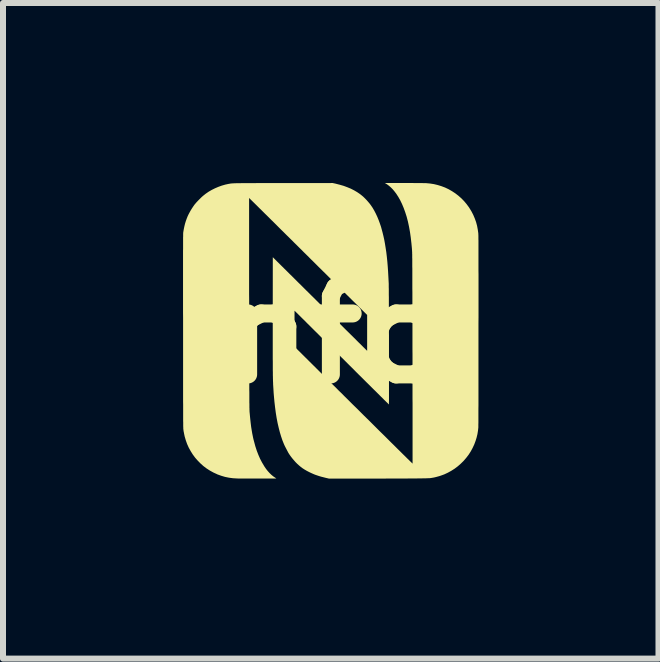
<source format=kicad_pcb>
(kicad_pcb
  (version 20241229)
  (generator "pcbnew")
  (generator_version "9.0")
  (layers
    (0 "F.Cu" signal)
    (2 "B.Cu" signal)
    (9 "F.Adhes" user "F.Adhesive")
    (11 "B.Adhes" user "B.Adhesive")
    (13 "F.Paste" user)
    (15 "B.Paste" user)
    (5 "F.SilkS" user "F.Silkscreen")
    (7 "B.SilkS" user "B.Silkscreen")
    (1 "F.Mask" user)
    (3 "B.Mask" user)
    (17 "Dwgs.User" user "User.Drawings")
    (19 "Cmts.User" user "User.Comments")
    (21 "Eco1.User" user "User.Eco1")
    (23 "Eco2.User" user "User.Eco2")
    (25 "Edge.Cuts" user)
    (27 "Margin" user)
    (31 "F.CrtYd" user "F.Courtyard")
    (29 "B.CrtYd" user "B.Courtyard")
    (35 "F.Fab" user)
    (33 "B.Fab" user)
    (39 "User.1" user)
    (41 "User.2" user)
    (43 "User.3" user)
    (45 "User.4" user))
  (footprint "nfc"
    (layer "F.Cu")
    (at 2.5 2.5)
    (property "Reference" "nfc" (at 0 0 0) (layer "F.SilkS") (effects (font (size 1.524 1.524) (thickness 0.3))))
    (attr board_only exclude_from_pos_files exclude_from_bom)
    (fp_poly (pts (xy 0.04 -2.49) (xy 0.11 -2.472) (xy 0.176 -2.453) (xy 0.238 -2.43) (xy 0.296 -2.406) (xy 0.351 -2.378) (xy 0.402 -2.348) (xy 0.449 -2.316) (xy 0.472 -2.298) (xy 0.501 -2.274) (xy 0.53 -2.246) (xy 0.559 -2.216) (xy 0.587 -2.184) (xy 0.613 -2.153) (xy 0.63 -2.13) (xy 0.658 -2.089) (xy 0.685 -2.043) (xy 0.711 -1.993) (xy 0.736 -1.94) (xy 0.759 -1.884) (xy 0.78 -1.827) (xy 0.8 -1.768) (xy 0.808 -1.738) (xy 0.824 -1.679) (xy 0.839 -1.618) (xy 0.853 -1.555) (xy 0.865 -1.489) (xy 0.876 -1.42) (xy 0.887 -1.349) (xy 0.896 -1.273) (xy 0.904 -1.195) (xy 0.911 -1.112) (xy 0.917 -1.025) (xy 0.922 -0.934) (xy 0.927 -0.839) (xy 0.928 -0.821) (xy 0.928 -0.813) (xy 0.928 -0.8) (xy 0.928 -0.782) (xy 0.928 -0.761) (xy 0.929 -0.736) (xy 0.929 -0.707) (xy 0.929 -0.674) (xy 0.929 -0.638) (xy 0.93 -0.599) (xy 0.93 -0.557) (xy 0.93 -0.512) (xy 0.93 -0.465) (xy 0.93 -0.416) (xy 0.93 -0.364) (xy 0.931 -0.31) (xy 0.931 -0.255) (xy 0.931 -0.199) (xy 0.931 -0.141) (xy 0.931 -0.082) (xy 0.931 -0.022) (xy 0.932 0.039) (xy 0.932 0.1) (xy 0.932 0.161) (xy 0.932 0.223) (xy 0.932 0.284) (xy 0.932 0.345) (xy 0.932 0.406) (xy 0.932 0.465) (xy 0.932 0.524) (xy 0.932 0.582) (xy 0.932 0.638) (xy 0.932 0.692) (xy 0.932 0.745) (xy 0.932 0.796) (xy 0.932 0.845) (xy 0.932 0.892) (xy 0.932 0.935) (xy 0.932 0.976) (xy 0.932 1.015) (xy 0.932 1.049) (xy 0.932 1.081) (xy 0.932 1.109) (xy 0.932 1.133) (xy 0.931 1.153) (xy 0.931 1.169) (xy 0.931 1.181) (xy 0.931 1.188) (xy 0.931 1.19) (xy 0.929 1.188) (xy 0.923 1.183) (xy 0.915 1.174) (xy 0.903 1.162) (xy 0.888 1.148) (xy 0.87 1.13) (xy 0.849 1.11) (xy 0.826 1.086) (xy 0.8 1.061) (xy 0.772 1.033) (xy 0.741 1.002) (xy 0.708 0.969) (xy 0.673 0.935) (xy 0.636 0.898) (xy 0.597 0.859) (xy 0.556 0.819) (xy 0.514 0.777) (xy 0.47 0.733) (xy 0.425 0.689) (xy 0.379 0.643) (xy 0.332 0.595) (xy 0.283 0.547) (xy 0.237 0.501) (xy 0.187 0.451) (xy 0.137 0.402) (xy 0.088 0.353) (xy 0.039 0.304) (xy -0.008 0.257) (xy -0.055 0.211) (xy -0.1 0.166) (xy -0.144 0.122) (xy -0.187 0.079) (xy -0.228 0.038) (xy -0.267 -0.001) (xy -0.305 -0.038) (xy -0.34 -0.073) (xy -0.373 -0.106) (xy -0.404 -0.137) (xy -0.433 -0.165) (xy -0.458 -0.191) (xy -0.481 -0.214) (xy -0.502 -0.234) (xy -0.519 -0.251) (xy -0.533 -0.265) (xy -0.543 -0.275) (xy -0.548 -0.28) (xy -0.642 -0.373) (xy -0.642 0.227) (xy -0.226 0.64) (xy -0.183 0.683) (xy -0.138 0.727) (xy -0.092 0.772) (xy -0.045 0.819) (xy 0.002 0.866) (xy 0.05 0.913) (xy 0.097 0.961) (xy 0.145 1.007) (xy 0.191 1.054) (xy 0.237 1.099) (xy 0.281 1.143) (xy 0.323 1.185) (xy 0.364 1.225) (xy 0.402 1.262) (xy 0.437 1.297) (xy 0.469 1.329) (xy 0.48 1.34) (xy 0.521 1.381) (xy 0.563 1.422) (xy 0.605 1.463) (xy 0.647 1.505) (xy 0.689 1.547) (xy 0.731 1.589) (xy 0.773 1.631) (xy 0.815 1.672) (xy 0.856 1.712) (xy 0.896 1.752) (xy 0.935 1.791) (xy 0.973 1.829) (xy 1.01 1.865) (xy 1.045 1.9) (xy 1.079 1.934) (xy 1.111 1.965) (xy 1.141 1.995) (xy 1.169 2.023) (xy 1.195 2.048) (xy 1.218 2.071) (xy 1.239 2.092) (xy 1.257 2.109) (xy 1.272 2.124) (xy 1.284 2.136) (xy 1.292 2.144) (xy 1.296 2.147) (xy 1.325 2.176) (xy 1.325 1.53) (xy 1.325 1.481) (xy 1.325 1.427) (xy 1.325 1.368) (xy 1.325 1.306) (xy 1.325 1.24) (xy 1.325 1.17) (xy 1.324 1.098) (xy 1.324 1.022) (xy 1.324 0.944) (xy 1.324 0.864) (xy 1.324 0.782) (xy 1.324 0.698) (xy 1.324 0.613) (xy 1.324 0.527) (xy 1.324 0.44) (xy 1.324 0.353) (xy 1.323 0.267) (xy 1.323 0.18) (xy 1.323 0.094) (xy 1.323 0.009) (xy 1.323 -0.075) (xy 1.323 -0.158) (xy 1.323 -0.221) (xy 1.322 -0.31) (xy 1.322 -0.394) (xy 1.322 -0.473) (xy 1.322 -0.547) (xy 1.322 -0.617) (xy 1.322 -0.683) (xy 1.321 -0.745) (xy 1.321 -0.802) (xy 1.321 -0.856) (xy 1.321 -0.906) (xy 1.321 -0.953) (xy 1.321 -0.996) (xy 1.321 -1.036) (xy 1.321 -1.073) (xy 1.32 -1.107) (xy 1.32 -1.138) (xy 1.32 -1.166) (xy 1.32 -1.192) (xy 1.32 -1.216) (xy 1.32 -1.237) (xy 1.319 -1.256) (xy 1.319 -1.273) (xy 1.319 -1.289) (xy 1.319 -1.302) (xy 1.319 -1.314) (xy 1.318 -1.325) (xy 1.318 -1.335) (xy 1.318 -1.344) (xy 1.318 -1.351) (xy 1.317 -1.358) (xy 1.317 -1.364) (xy 1.317 -1.37) (xy 1.316 -1.375) (xy 1.316 -1.38) (xy 1.316 -1.386) (xy 1.315 -1.39) (xy 1.314 -1.41) (xy 1.312 -1.431) (xy 1.31 -1.452) (xy 1.308 -1.472) (xy 1.307 -1.488) (xy 1.306 -1.494) (xy 1.295 -1.591) (xy 1.282 -1.683) (xy 1.266 -1.772) (xy 1.248 -1.856) (xy 1.227 -1.937) (xy 1.203 -2.012) (xy 1.177 -2.084) (xy 1.149 -2.151) (xy 1.118 -2.215) (xy 1.085 -2.273) (xy 1.08 -2.28) (xy 1.053 -2.322) (xy 1.024 -2.36) (xy 0.994 -2.396) (xy 0.963 -2.427) (xy 0.931 -2.455) (xy 0.9 -2.478) (xy 0.883 -2.489) (xy 0.864 -2.5) (xy 1.18 -2.5) (xy 1.221 -2.5) (xy 1.26 -2.5) (xy 1.299 -2.5) (xy 1.337 -2.5) (xy 1.372 -2.499) (xy 1.406 -2.499) (xy 1.437 -2.499) (xy 1.466 -2.499) (xy 1.491 -2.499) (xy 1.512 -2.498) (xy 1.53 -2.498) (xy 1.543 -2.498) (xy 1.55 -2.498) (xy 1.615 -2.492) (xy 1.68 -2.482) (xy 1.743 -2.467) (xy 1.805 -2.448) (xy 1.866 -2.425) (xy 1.925 -2.397) (xy 1.981 -2.365) (xy 2.036 -2.329) (xy 2.088 -2.289) (xy 2.137 -2.246) (xy 2.183 -2.199) (xy 2.225 -2.149) (xy 2.264 -2.096) (xy 2.271 -2.085) (xy 2.306 -2.028) (xy 2.336 -1.97) (xy 2.361 -1.911) (xy 2.383 -1.85) (xy 2.4 -1.787) (xy 2.412 -1.722) (xy 2.419 -1.672) (xy 2.42 -1.669) (xy 2.42 -1.666) (xy 2.42 -1.662) (xy 2.42 -1.658) (xy 2.421 -1.654) (xy 2.421 -1.648) (xy 2.421 -1.642) (xy 2.421 -1.635) (xy 2.422 -1.626) (xy 2.422 -1.616) (xy 2.422 -1.605) (xy 2.422 -1.593) (xy 2.422 -1.579) (xy 2.422 -1.563) (xy 2.423 -1.545) (xy 2.423 -1.525) (xy 2.423 -1.503) (xy 2.423 -1.48) (xy 2.423 -1.453) (xy 2.423 -1.425) (xy 2.423 -1.393) (xy 2.423 -1.36) (xy 2.423 -1.323) (xy 2.423 -1.284) (xy 2.423 -1.241) (xy 2.423 -1.195) (xy 2.423 -1.147) (xy 2.423 -1.094) (xy 2.423 -1.039) (xy 2.424 -0.979) (xy 2.424 -0.916) (xy 2.424 -0.85) (xy 2.424 -0.779) (xy 2.424 -0.704) (xy 2.424 -0.625) (xy 2.424 -0.542) (xy 2.424 -0.454) (xy 2.424 -0.362) (xy 2.424 -0.265) (xy 2.423 -0.163) (xy 2.423 -0.057) (xy 2.423 -0.054) (xy 2.423 0.068) (xy 2.423 0.184) (xy 2.423 0.296) (xy 2.423 0.402) (xy 2.423 0.504) (xy 2.423 0.601) (xy 2.423 0.693) (xy 2.423 0.781) (xy 2.423 0.863) (xy 2.423 0.941) (xy 2.423 1.014) (xy 2.423 1.083) (xy 2.423 1.147) (xy 2.423 1.206) (xy 2.422 1.261) (xy 2.422 1.311) (xy 2.422 1.357) (xy 2.422 1.399) (xy 2.422 1.436) (xy 2.422 1.468) (xy 2.422 1.496) (xy 2.421 1.52) (xy 2.421 1.54) (xy 2.421 1.555) (xy 2.421 1.566) (xy 2.421 1.573) (xy 2.421 1.574) (xy 2.415 1.628) (xy 2.406 1.684) (xy 2.392 1.742) (xy 2.376 1.794) (xy 2.353 1.856) (xy 2.325 1.916) (xy 2.294 1.973) (xy 2.258 2.029) (xy 2.218 2.081) (xy 2.175 2.131) (xy 2.128 2.177) (xy 2.079 2.22) (xy 2.026 2.26) (xy 1.971 2.295) (xy 1.913 2.327) (xy 1.853 2.355) (xy 1.798 2.375) (xy 1.771 2.384) (xy 1.742 2.392) (xy 1.712 2.4) (xy 1.682 2.407) (xy 1.654 2.412) (xy 1.629 2.416) (xy 1.62 2.417) (xy 1.612 2.418) (xy 1.599 2.419) (xy 1.582 2.419) (xy 1.561 2.42) (xy 1.535 2.421) (xy 1.504 2.421) (xy 1.47 2.422) (xy 1.43 2.422) (xy 1.386 2.423) (xy 1.337 2.423) (xy 1.284 2.423) (xy 1.226 2.424) (xy 1.163 2.424) (xy 1.096 2.424) (xy 1.023 2.424) (xy 0.946 2.424) (xy 0.864 2.425) (xy 0.777 2.425) (xy 0.686 2.425) (xy 0.589 2.425) (xy 0.575 2.425) (xy -0.069 2.425) (xy -0.117 2.414) (xy -0.16 2.403) (xy -0.2 2.393) (xy -0.236 2.382) (xy -0.269 2.371) (xy -0.301 2.36) (xy -0.332 2.347) (xy -0.363 2.333) (xy -0.391 2.32) (xy -0.434 2.298) (xy -0.472 2.276) (xy -0.508 2.253) (xy -0.541 2.228) (xy -0.566 2.207) (xy -0.595 2.181) (xy -0.624 2.152) (xy -0.653 2.119) (xy -0.681 2.086) (xy -0.707 2.052) (xy -0.73 2.019) (xy -0.737 2.008) (xy -0.745 1.995) (xy -0.754 1.978) (xy -0.764 1.959) (xy -0.775 1.938) (xy -0.786 1.917) (xy -0.797 1.896) (xy -0.807 1.876) (xy -0.815 1.858) (xy -0.82 1.847) (xy -0.844 1.787) (xy -0.866 1.722) (xy -0.887 1.652) (xy -0.906 1.578) (xy -0.924 1.5) (xy -0.94 1.417) (xy -0.954 1.33) (xy -0.966 1.239) (xy -0.977 1.144) (xy -0.986 1.045) (xy -0.99 0.998) (xy -0.991 0.98) (xy -0.992 0.963) (xy -0.993 0.946) (xy -0.994 0.93) (xy -0.995 0.914) (xy -0.996 0.899) (xy -0.997 0.883) (xy -0.998 0.867) (xy -0.999 0.85) (xy -0.999 0.833) (xy -1 0.815) (xy -1.001 0.796) (xy -1.001 0.775) (xy -1.002 0.754) (xy -1.002 0.731) (xy -1.003 0.707) (xy -1.003 0.68) (xy -1.003 0.652) (xy -1.004 0.622) (xy -1.004 0.589) (xy -1.004 0.554) (xy -1.004 0.516) (xy -1.004 0.476) (xy -1.005 0.432) (xy -1.005 0.386) (xy -1.005 0.336) (xy -1.005 0.283) (xy -1.005 0.226) (xy -1.005 0.165) (xy -1.005 0.101) (xy -1.005 0.032) (xy -1.005 -0.041) (xy -1.005 -0.119) (xy -1.005 -0.201) (xy -1.005 -0.288) (xy -1.005 -0.317) (xy -1.004 -1.264) (xy -0.849 -1.11) (xy -0.834 -1.096) (xy -0.817 -1.078) (xy -0.796 -1.058) (xy -0.772 -1.034) (xy -0.745 -1.007) (xy -0.716 -0.978) (xy -0.684 -0.947) (xy -0.65 -0.913) (xy -0.614 -0.877) (xy -0.576 -0.839) (xy -0.536 -0.8) (xy -0.495 -0.759) (xy -0.452 -0.716) (xy -0.408 -0.673) (xy -0.364 -0.629) (xy -0.318 -0.584) (xy -0.272 -0.538) (xy -0.226 -0.492) (xy -0.179 -0.445) (xy -0.133 -0.399) (xy -0.124 -0.39) (xy -0.078 -0.345) (xy -0.033 -0.3) (xy 0.011 -0.257) (xy 0.054 -0.214) (xy 0.096 -0.172) (xy 0.137 -0.131) (xy 0.177 -0.091) (xy 0.215 -0.053) (xy 0.252 -0.017) (xy 0.287 0.018) (xy 0.32 0.05) (xy 0.351 0.081) (xy 0.379 0.109) (xy 0.405 0.135) (xy 0.429 0.159) (xy 0.45 0.179) (xy 0.468 0.197) (xy 0.483 0.212) (xy 0.495 0.224) (xy 0.503 0.233) (xy 0.507 0.236) (xy 0.568 0.296) (xy 0.568 -0.302) (xy 0.124 -0.741) (xy 0.083 -0.783) (xy 0.041 -0.824) (xy -0.000428 -0.865) (xy -0.042 -0.906) (xy -0.083 -0.947) (xy -0.123 -0.987) (xy -0.162 -1.025) (xy -0.2 -1.063) (xy -0.237 -1.099) (xy -0.272 -1.134) (xy -0.305 -1.167) (xy -0.336 -1.198) (xy -0.365 -1.226) (xy -0.391 -1.252) (xy -0.414 -1.276) (xy -0.435 -1.296) (xy -0.453 -1.314) (xy -0.463 -1.324) (xy -0.49 -1.35) (xy -0.519 -1.38) (xy -0.551 -1.411) (xy -0.584 -1.444) (xy -0.617 -1.477) (xy -0.65 -1.509) (xy -0.681 -1.541) (xy -0.711 -1.57) (xy -0.738 -1.597) (xy -0.745 -1.604) (xy -0.772 -1.63) (xy -0.801 -1.659) (xy -0.832 -1.69) (xy -0.865 -1.722) (xy -0.898 -1.755) (xy -0.93 -1.787) (xy -0.961 -1.818) (xy -0.99 -1.847) (xy -1.016 -1.873) (xy -1.019 -1.875) (xy -1.045 -1.901) (xy -1.073 -1.929) (xy -1.103 -1.959) (xy -1.134 -1.989) (xy -1.165 -2.02) (xy -1.195 -2.05) (xy -1.224 -2.078) (xy -1.251 -2.105) (xy -1.275 -2.129) (xy -1.276 -2.13) (xy -1.399 -2.251) (xy -1.399 -1.821) (xy -1.399 -1.791) (xy -1.399 -1.756) (xy -1.399 -1.717) (xy -1.399 -1.674) (xy -1.399 -1.626) (xy -1.399 -1.574) (xy -1.399 -1.519) (xy -1.399 -1.46) (xy -1.399 -1.397) (xy -1.399 -1.332) (xy -1.399 -1.264) (xy -1.399 -1.193) (xy -1.399 -1.12) (xy -1.399 -1.045) (xy -1.399 -0.967) (xy -1.399 -0.888) (xy -1.399 -0.807) (xy -1.399 -0.725) (xy -1.399 -0.642) (xy -1.398 -0.558) (xy -1.398 -0.473) (xy -1.398 -0.388) (xy -1.398 -0.302) (xy -1.398 -0.217) (xy -1.398 -0.131) (xy -1.398 -0.061) (xy -1.397 0.036) (xy -1.397 0.129) (xy -1.397 0.217) (xy -1.397 0.3) (xy -1.397 0.379) (xy -1.397 0.453) (xy -1.397 0.523) (xy -1.396 0.589) (xy -1.396 0.651) (xy -1.396 0.71) (xy -1.396 0.764) (xy -1.396 0.816) (xy -1.396 0.863) (xy -1.396 0.907) (xy -1.396 0.949) (xy -1.395 0.987) (xy -1.395 1.022) (xy -1.395 1.054) (xy -1.395 1.084) (xy -1.395 1.112) (xy -1.395 1.136) (xy -1.395 1.159) (xy -1.394 1.18) (xy -1.394 1.198) (xy -1.394 1.215) (xy -1.394 1.23) (xy -1.394 1.243) (xy -1.393 1.255) (xy -1.393 1.265) (xy -1.393 1.275) (xy -1.393 1.283) (xy -1.392 1.29) (xy -1.392 1.296) (xy -1.392 1.302) (xy -1.392 1.307) (xy -1.391 1.312) (xy -1.391 1.317) (xy -1.391 1.321) (xy -1.39 1.325) (xy -1.39 1.326) (xy -1.385 1.381) (xy -1.38 1.432) (xy -1.375 1.478) (xy -1.37 1.521) (xy -1.365 1.562) (xy -1.359 1.6) (xy -1.353 1.636) (xy -1.347 1.672) (xy -1.34 1.706) (xy -1.333 1.741) (xy -1.325 1.776) (xy -1.316 1.809) (xy -1.295 1.887) (xy -1.271 1.961) (xy -1.244 2.031) (xy -1.215 2.097) (xy -1.183 2.158) (xy -1.149 2.215) (xy -1.141 2.228) (xy -1.115 2.266) (xy -1.087 2.301) (xy -1.058 2.333) (xy -1.028 2.362) (xy -0.998 2.387) (xy -0.969 2.407) (xy -0.961 2.412) (xy -0.953 2.417) (xy -0.948 2.421) (xy -0.945 2.423) (xy -0.945 2.423) (xy -0.947 2.423) (xy -0.955 2.423) (xy -0.966 2.424) (xy -0.981 2.424) (xy -1 2.424) (xy -1.022 2.424) (xy -1.047 2.424) (xy -1.075 2.424) (xy -1.104 2.424) (xy -1.136 2.424) (xy -1.169 2.424) (xy -1.203 2.424) (xy -1.238 2.424) (xy -1.273 2.424) (xy -1.308 2.424) (xy -1.343 2.424) (xy -1.377 2.424) (xy -1.41 2.424) (xy -1.442 2.424) (xy -1.472 2.424) (xy -1.5 2.424) (xy -1.526 2.424) (xy -1.548 2.424) (xy -1.568 2.424) (xy -1.584 2.424) (xy -1.596 2.423) (xy -1.603 2.423) (xy -1.67 2.419) (xy -1.736 2.41) (xy -1.8 2.397) (xy -1.864 2.378) (xy -1.928 2.355) (xy -1.933 2.352) (xy -1.994 2.324) (xy -2.052 2.292) (xy -2.108 2.256) (xy -2.161 2.216) (xy -2.21 2.172) (xy -2.256 2.125) (xy -2.299 2.076) (xy -2.338 2.023) (xy -2.373 1.967) (xy -2.405 1.909) (xy -2.432 1.849) (xy -2.454 1.787) (xy -2.473 1.722) (xy -2.482 1.679) (xy -2.485 1.662) (xy -2.489 1.644) (xy -2.492 1.625) (xy -2.494 1.609) (xy -2.494 1.607) (xy -2.494 1.605) (xy -2.495 1.602) (xy -2.495 1.599) (xy -2.495 1.596) (xy -2.496 1.591) (xy -2.496 1.586) (xy -2.496 1.58) (xy -2.496 1.573) (xy -2.496 1.565) (xy -2.497 1.556) (xy -2.497 1.545) (xy -2.497 1.533) (xy -2.497 1.519) (xy -2.497 1.504) (xy -2.497 1.487) (xy -2.498 1.467) (xy -2.498 1.446) (xy -2.498 1.423) (xy -2.498 1.397) (xy -2.498 1.369) (xy -2.498 1.339) (xy -2.498 1.306) (xy -2.498 1.27) (xy -2.498 1.231) (xy -2.498 1.19) (xy -2.499 1.145) (xy -2.499 1.097) (xy -2.499 1.046) (xy -2.499 0.991) (xy -2.499 0.933) (xy -2.499 0.871) (xy -2.499 0.805) (xy -2.499 0.736) (xy -2.499 0.662) (xy -2.499 0.585) (xy -2.499 0.503) (xy -2.499 0.417) (xy -2.499 0.326) (xy -2.499 0.231) (xy -2.499 0.131) (xy -2.499 0.026) (xy -2.499 -0.041) (xy -2.499 -0.149) (xy -2.499 -0.253) (xy -2.5 -0.351) (xy -2.5 -0.445) (xy -2.5 -0.534) (xy -2.5 -0.619) (xy -2.5 -0.699) (xy -2.5 -0.776) (xy -2.5 -0.848) (xy -2.5 -0.916) (xy -2.5 -0.98) (xy -2.5 -1.041) (xy -2.5 -1.098) (xy -2.5 -1.151) (xy -2.5 -1.202) (xy -2.5 -1.248) (xy -2.5 -1.292) (xy -2.5 -1.332) (xy -2.5 -1.37) (xy -2.499 -1.405) (xy -2.499 -1.437) (xy -2.499 -1.466) (xy -2.499 -1.493) (xy -2.499 -1.518) (xy -2.499 -1.54) (xy -2.499 -1.56) (xy -2.499 -1.578) (xy -2.499 -1.595) (xy -2.498 -1.609) (xy -2.498 -1.622) (xy -2.498 -1.633) (xy -2.498 -1.643) (xy -2.498 -1.651) (xy -2.498 -1.658) (xy -2.497 -1.664) (xy -2.497 -1.669) (xy -2.497 -1.673) (xy -2.497 -1.676) (xy -2.496 -1.679) (xy -2.496 -1.681) (xy -2.496 -1.681) (xy -2.487 -1.733) (xy -2.477 -1.781) (xy -2.466 -1.825) (xy -2.453 -1.867) (xy -2.439 -1.906) (xy -2.424 -1.944) (xy -2.41 -1.974) (xy -2.392 -2.008) (xy -2.372 -2.044) (xy -2.351 -2.078) (xy -2.329 -2.111) (xy -2.308 -2.141) (xy -2.3 -2.15) (xy -2.291 -2.161) (xy -2.279 -2.175) (xy -2.264 -2.191) (xy -2.248 -2.208) (xy -2.231 -2.225) (xy -2.213 -2.243) (xy -2.197 -2.259) (xy -2.182 -2.273) (xy -2.168 -2.285) (xy -2.167 -2.286) (xy -2.123 -2.321) (xy -2.074 -2.355) (xy -2.022 -2.385) (xy -1.968 -2.412) (xy -1.912 -2.436) (xy -1.854 -2.457) (xy -1.795 -2.474) (xy -1.744 -2.485) (xy -1.737 -2.486) (xy -1.731 -2.487) (xy -1.726 -2.488) (xy -1.721 -2.489) (xy -1.716 -2.49) (xy -1.71 -2.491) (xy -1.705 -2.492) (xy -1.699 -2.492) (xy -1.692 -2.493) (xy -1.684 -2.494) (xy -1.676 -2.494) (xy -1.667 -2.495) (xy -1.656 -2.495) (xy -1.643 -2.496) (xy -1.629 -2.496) (xy -1.614 -2.497) (xy -1.596 -2.497) (xy -1.576 -2.497) (xy -1.554 -2.497) (xy -1.529 -2.498) (xy -1.502 -2.498) (xy -1.472 -2.498) (xy -1.439 -2.498) (xy -1.403 -2.498) (xy -1.363 -2.498) (xy -1.32 -2.498) (xy -1.274 -2.499) (xy -1.223 -2.499) (xy -1.169 -2.499) (xy -1.11 -2.499) (xy -1.047 -2.499) (xy -0.98 -2.499) (xy -0.907 -2.499) (xy -0.833 -2.499) (xy -0.006 -2.5)) (stroke (width 0) (type solid)) (fill yes) (layer "F.SilkS")))
  (gr_rect
    (start -3 -3)
    (end 7.923 7.925)
    (stroke (width 0.1) (type default))
    (fill no)
    (layer "Edge.Cuts")))
</source>
